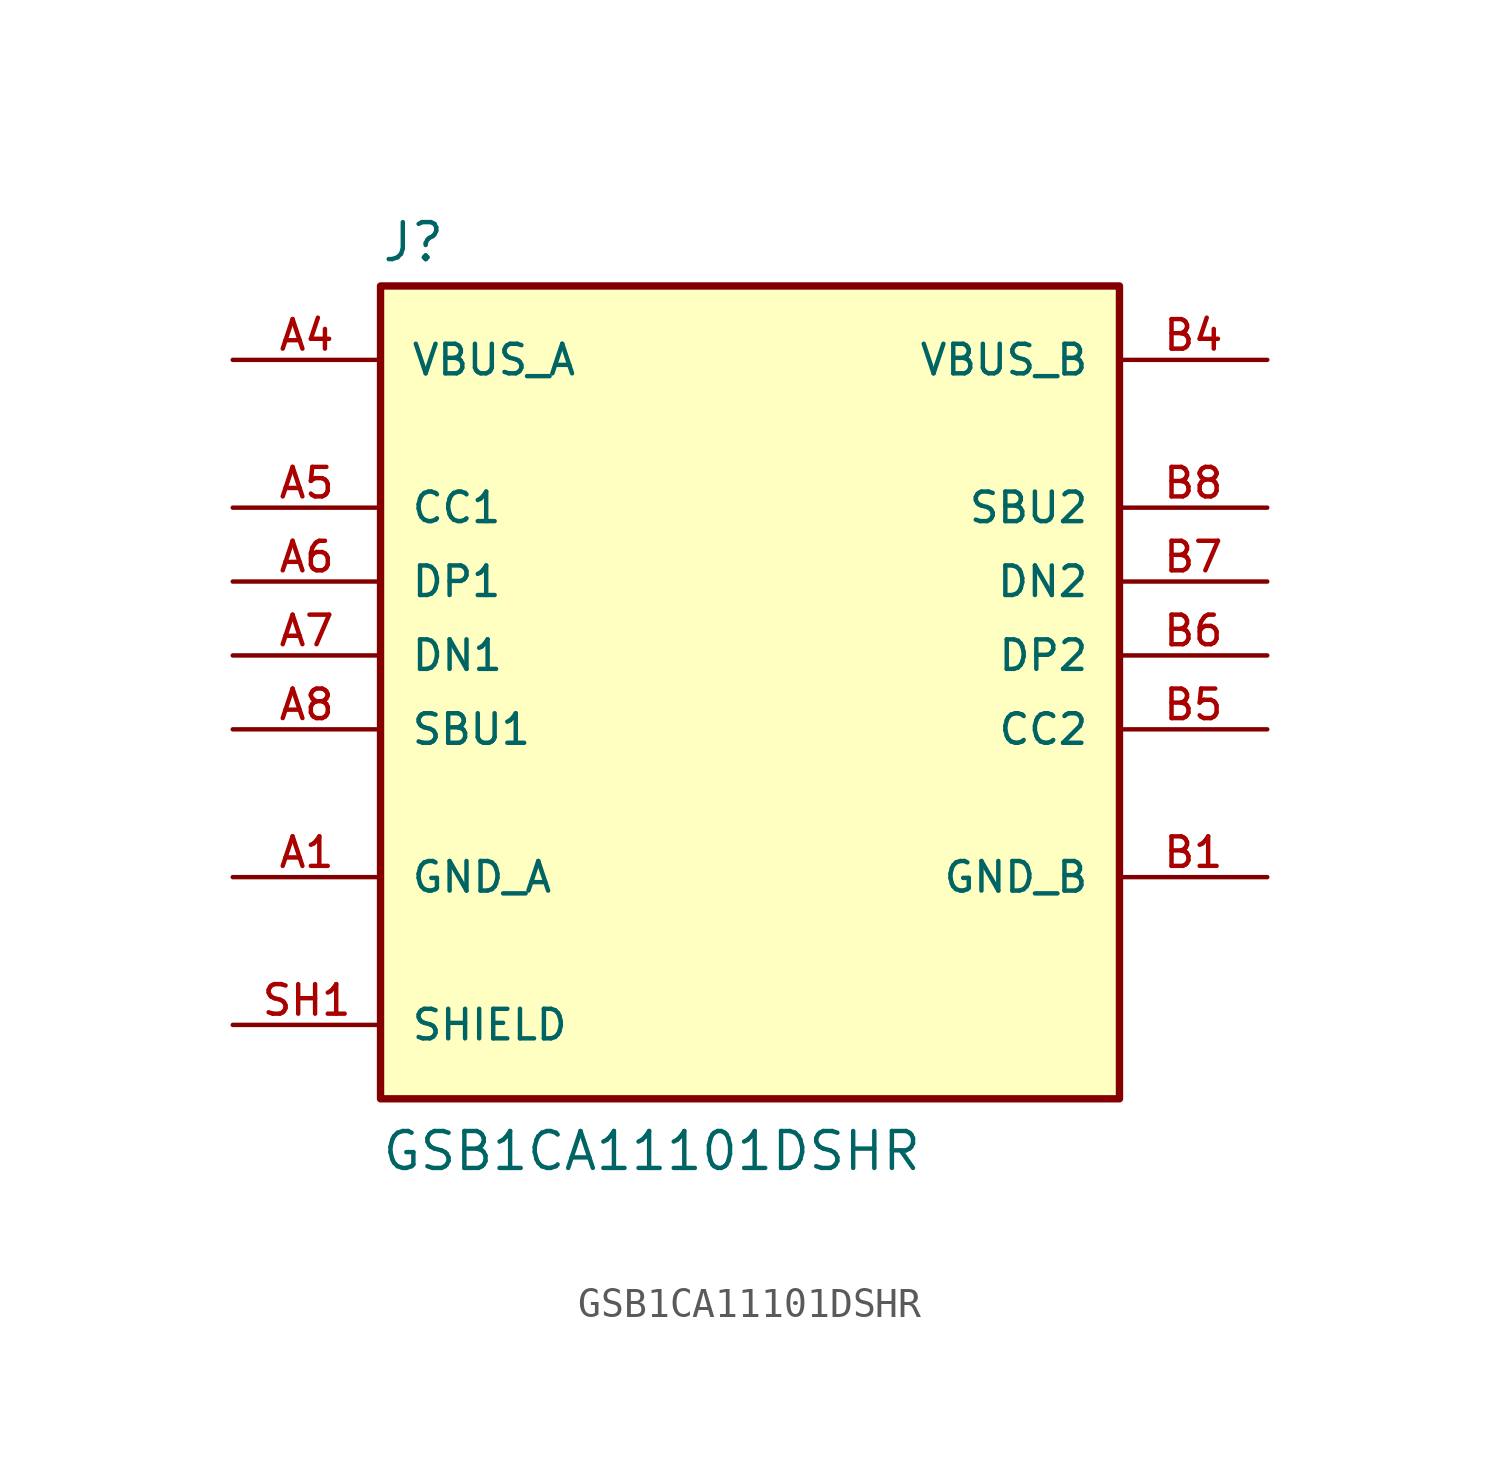
<source format=kicad_sym>
(kicad_symbol_lib
  (version 20211014)
  (generator kicad_symbol_editor)
  (symbol "GSB1CA11101DSHR"
    (pin_names
      (offset 1.016))
    (property "Reference" "J"
      (at -12.7 13.462 0)
      (effects (font (size 1.27 1.27)) (justify bottom left)))
    (property "Value" "GSB1CA11101DSHR"
      (at -12.7 -17.78 0)
      (effects (font (size 1.27 1.27)) (justify bottom left)))
    (symbol "GSB1CA11101DSHR_0_0"
      (rectangle (start -12.7 -15.24) (end 12.7 12.7) (stroke (width 0.254)) (fill (type background)))
      (pin power_in line (at -17.78 -7.62 0) (length 5.08) (name "GND_A" (effects (font (size 1.016 1.016)))) (number "A1" (effects (font (size 1.016 1.016)))))
      (pin power_in line (at -17.78 -7.62 0) (length 5.08) hide (name "GND_A" (effects (font (size 1.016 1.016)))) (number "A12" (effects (font (size 1.016 1.016)))))
      (pin power_in line (at -17.78 10.16 0) (length 5.08) (name "VBUS_A" (effects (font (size 1.016 1.016)))) (number "A4" (effects (font (size 1.016 1.016)))))
      (pin power_in line (at -17.78 10.16 0) (length 5.08) hide (name "VBUS_A" (effects (font (size 1.016 1.016)))) (number "A9" (effects (font (size 1.016 1.016)))))
      (pin bidirectional line (at -17.78 2.54 0) (length 5.08) (name "DP1" (effects (font (size 1.016 1.016)))) (number "A6" (effects (font (size 1.016 1.016)))))
      (pin bidirectional line (at -17.78 5.08 0) (length 5.08) (name "CC1" (effects (font (size 1.016 1.016)))) (number "A5" (effects (font (size 1.016 1.016)))))
      (pin bidirectional line (at -17.78 -2.54 0) (length 5.08) (name "SBU1" (effects (font (size 1.016 1.016)))) (number "A8" (effects (font (size 1.016 1.016)))))
      (pin bidirectional line (at -17.78 0.0 0) (length 5.08) (name "DN1" (effects (font (size 1.016 1.016)))) (number "A7" (effects (font (size 1.016 1.016)))))
      (pin passive line (at -17.78 -12.7 0) (length 5.08) (name "SHIELD" (effects (font (size 1.016 1.016)))) (number "SH1" (effects (font (size 1.016 1.016)))))
      (pin passive line (at -17.78 -12.7 0) (length 5.08) hide (name "SHIELD" (effects (font (size 1.016 1.016)))) (number "SH2" (effects (font (size 1.016 1.016)))))
      (pin passive line (at -17.78 -12.7 0) (length 5.08) hide (name "SHIELD" (effects (font (size 1.016 1.016)))) (number "SH3" (effects (font (size 1.016 1.016)))))
      (pin passive line (at -17.78 -12.7 0) (length 5.08) hide (name "SHIELD" (effects (font (size 1.016 1.016)))) (number "SH4" (effects (font (size 1.016 1.016)))))
      (pin power_in line (at 17.78 -7.62 180.0) (length 5.08) (name "GND_B" (effects (font (size 1.016 1.016)))) (number "B1" (effects (font (size 1.016 1.016)))))
      (pin power_in line (at 17.78 -7.62 180.0) (length 5.08) hide (name "GND_B" (effects (font (size 1.016 1.016)))) (number "B12" (effects (font (size 1.016 1.016)))))
      (pin power_in line (at 17.78 10.16 180.0) (length 5.08) (name "VBUS_B" (effects (font (size 1.016 1.016)))) (number "B4" (effects (font (size 1.016 1.016)))))
      (pin power_in line (at 17.78 10.16 180.0) (length 5.08) hide (name "VBUS_B" (effects (font (size 1.016 1.016)))) (number "B9" (effects (font (size 1.016 1.016)))))
      (pin bidirectional line (at 17.78 0.0 180.0) (length 5.08) (name "DP2" (effects (font (size 1.016 1.016)))) (number "B6" (effects (font (size 1.016 1.016)))))
      (pin bidirectional line (at 17.78 -2.54 180.0) (length 5.08) (name "CC2" (effects (font (size 1.016 1.016)))) (number "B5" (effects (font (size 1.016 1.016)))))
      (pin bidirectional line (at 17.78 5.08 180.0) (length 5.08) (name "SBU2" (effects (font (size 1.016 1.016)))) (number "B8" (effects (font (size 1.016 1.016)))))
      (pin bidirectional line (at 17.78 2.54 180.0) (length 5.08) (name "DN2" (effects (font (size 1.016 1.016)))) (number "B7" (effects (font (size 1.016 1.016))))))))
</source>
